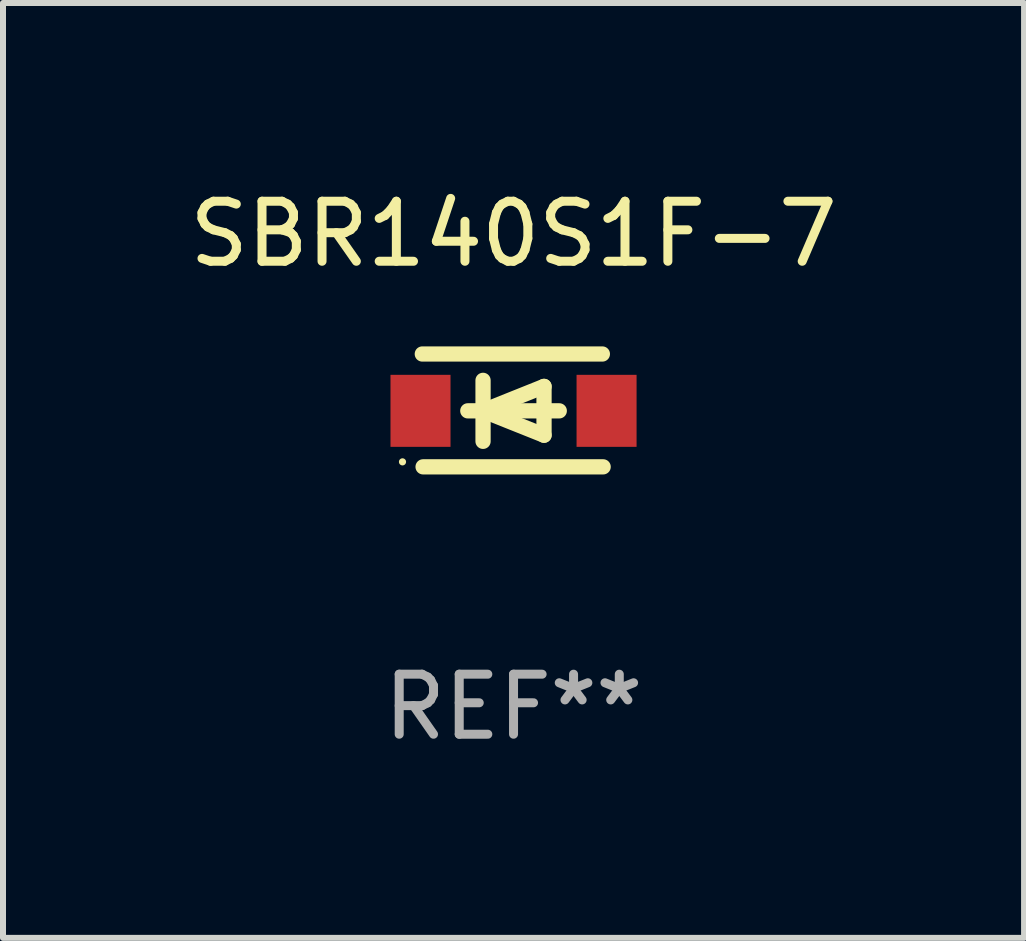
<source format=kicad_pcb>
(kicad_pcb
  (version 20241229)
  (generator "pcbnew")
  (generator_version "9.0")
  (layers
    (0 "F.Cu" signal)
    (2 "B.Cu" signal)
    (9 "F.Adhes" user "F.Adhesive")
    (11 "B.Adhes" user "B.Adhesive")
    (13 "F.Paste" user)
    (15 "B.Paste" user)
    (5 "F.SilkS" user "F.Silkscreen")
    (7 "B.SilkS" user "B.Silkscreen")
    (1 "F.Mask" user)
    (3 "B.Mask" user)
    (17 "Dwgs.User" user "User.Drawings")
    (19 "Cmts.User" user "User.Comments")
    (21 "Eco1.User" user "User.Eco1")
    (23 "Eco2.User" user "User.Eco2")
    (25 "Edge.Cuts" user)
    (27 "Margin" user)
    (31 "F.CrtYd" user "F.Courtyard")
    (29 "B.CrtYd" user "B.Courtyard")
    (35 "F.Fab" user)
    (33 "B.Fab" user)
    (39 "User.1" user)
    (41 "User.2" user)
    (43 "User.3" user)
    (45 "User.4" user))
  (footprint "SBR140S1F-7"
    (layer "F.Cu")
    (at 5.506 3.788)
    (property "Reference" "SBR140S1F-7" (at 0 -2.94 0) (layer "F.SilkS") (effects (font (size 1 1) (thickness 0.15))))
    (attr through_hole)
    (fp_line (start -1.52 -0.94) (end 1.48 -0.94) (stroke (width 0.254) (type solid)) (layer "F.SilkS"))
    (fp_line (start -1.507 0.94) (end 1.493 0.94) (stroke (width 0.254) (type solid)) (layer "F.SilkS"))
    (fp_line (start -0.762 0.007) (end 0.762 0.007) (stroke (width 0.254) (type solid)) (layer "F.SilkS"))
    (fp_line (start -0.508 -0.501) (end -0.508 0.515) (stroke (width 0.254) (type solid)) (layer "F.SilkS"))
    (fp_line (start -0.508 0.007) (end 0.508 -0.4) (stroke (width 0.254) (type solid)) (layer "F.SilkS"))
    (fp_line (start 0.508 -0.4) (end 0.508 0.413) (stroke (width 0.254) (type solid)) (layer "F.SilkS"))
    (fp_line (start 0.508 0.413) (end -0.508 0.007) (stroke (width 0.254) (type solid)) (layer "F.SilkS"))
    (fp_circle (center -1.85 0.857) (end -1.82 0.857) (stroke (width 0.06) (type solid)) (fill no) (layer "F.SilkS"))
    (fp_text user "REF**" (at 0 4.94 0) (layer "F.Fab") (effects (font (size 1 1) (thickness 0.15))))
    (pad "1" smd rect (at -1.55 0.007) (size 1 1.2) (layers "F.Cu" "F.Mask" "F.Paste"))
    (pad "2" smd rect (at 1.55 0.007) (size 1 1.2) (layers "F.Cu" "F.Mask" "F.Paste")))
  (gr_rect
    (start -3 -3)
    (end 14.012 12.576)
    (stroke (width 0.1) (type default))
    (fill no)
    (layer "Edge.Cuts")))
</source>
